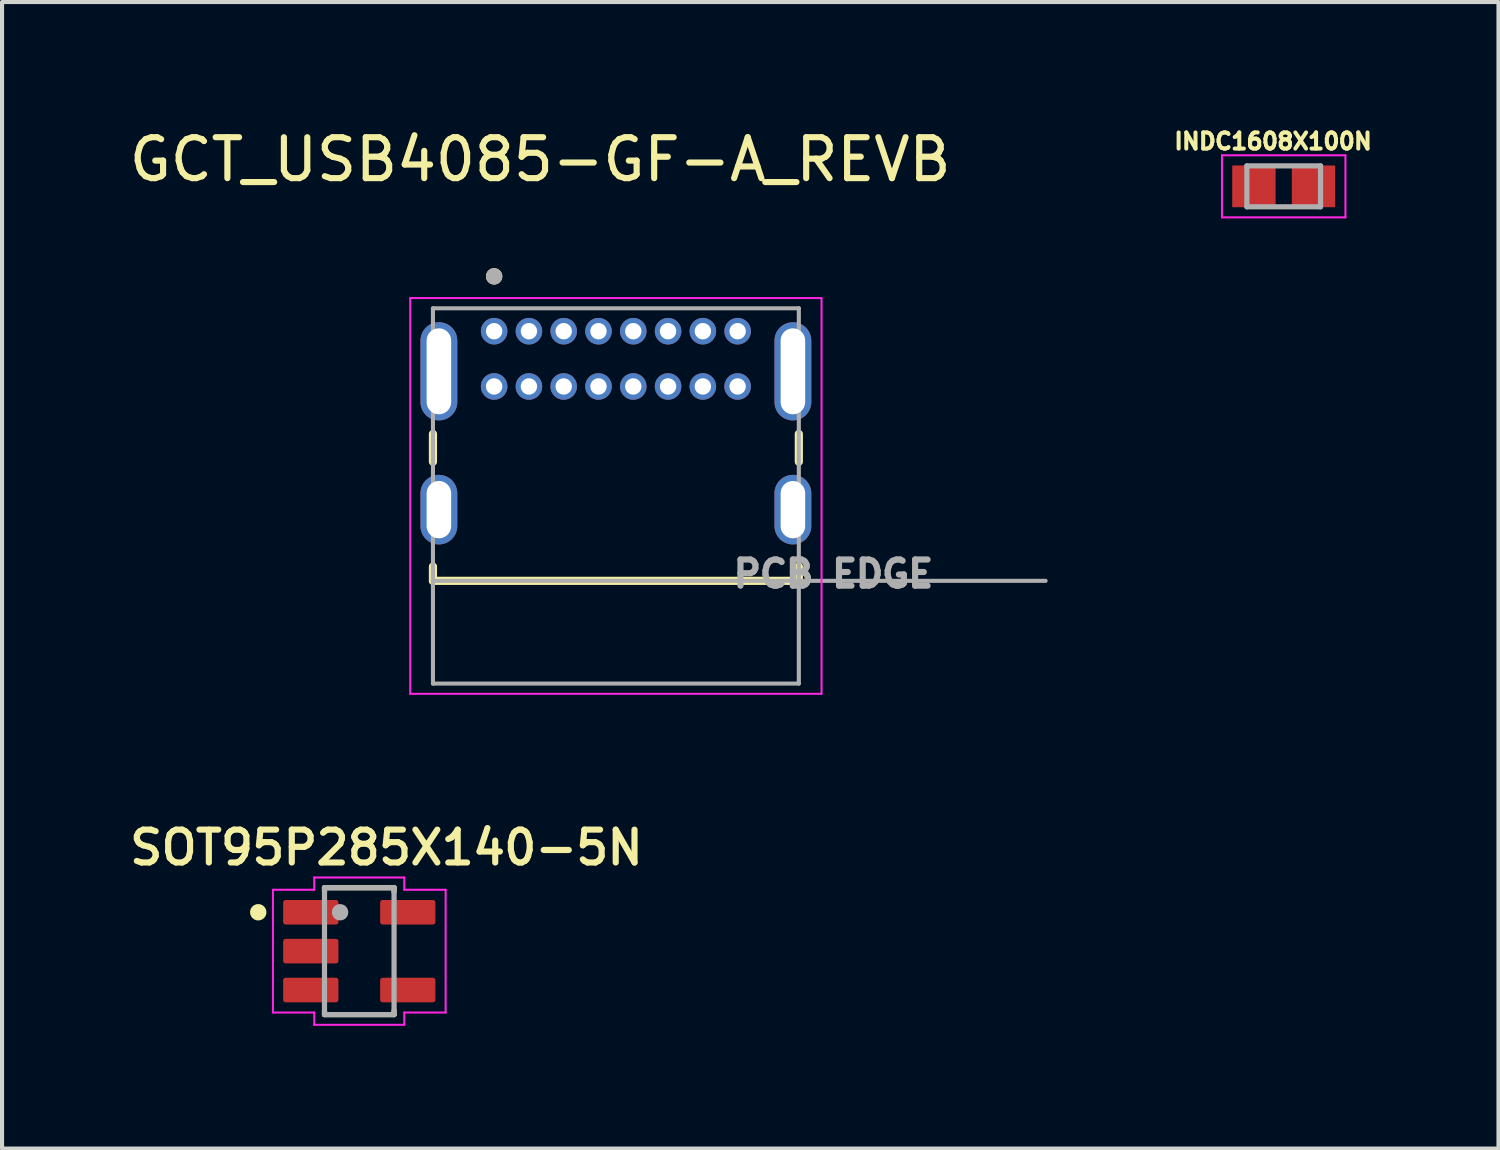
<source format=kicad_pcb>
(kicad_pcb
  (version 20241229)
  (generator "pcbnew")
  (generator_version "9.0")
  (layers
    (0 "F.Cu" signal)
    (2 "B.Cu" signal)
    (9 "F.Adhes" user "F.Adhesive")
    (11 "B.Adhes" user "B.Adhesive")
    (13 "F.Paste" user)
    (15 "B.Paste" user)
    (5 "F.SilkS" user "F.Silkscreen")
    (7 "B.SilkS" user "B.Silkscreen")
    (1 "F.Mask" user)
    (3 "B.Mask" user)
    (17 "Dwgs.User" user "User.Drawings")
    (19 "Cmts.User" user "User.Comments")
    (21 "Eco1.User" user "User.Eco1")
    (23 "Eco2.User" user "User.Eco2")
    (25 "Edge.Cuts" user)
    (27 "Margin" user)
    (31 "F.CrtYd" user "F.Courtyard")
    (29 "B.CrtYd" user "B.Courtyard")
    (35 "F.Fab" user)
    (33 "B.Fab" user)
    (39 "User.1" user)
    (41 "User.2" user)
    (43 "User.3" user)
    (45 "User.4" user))
  (footprint "SOT95P285X140-5N"
    (layer "F.Cu")
    (at 5.729 20.191)
    (property "Reference" "SOT95P285X140-5N" (at 0.664 -2.53 0) (layer "F.SilkS") (effects (font (size 0.803 0.803) (thickness 0.15))))
    (attr smd)
    (fp_line (start -0.85 -1.55) (end -0.85 -1.45) (stroke (width 0.127) (type solid)) (layer "F.SilkS"))
    (fp_line (start -0.85 1.55) (end -0.85 1.45) (stroke (width 0.127) (type solid)) (layer "F.SilkS"))
    (fp_line (start 0.85 -1.55) (end -0.85 -1.55) (stroke (width 0.127) (type solid)) (layer "F.SilkS"))
    (fp_line (start 0.85 -1.55) (end 0.85 -1.45) (stroke (width 0.127) (type solid)) (layer "F.SilkS"))
    (fp_line (start 0.85 1.55) (end -0.85 1.55) (stroke (width 0.127) (type solid)) (layer "F.SilkS"))
    (fp_line (start 0.85 1.55) (end 0.85 1.45) (stroke (width 0.127) (type solid)) (layer "F.SilkS"))
    (fp_circle (center -2.469 -0.95) (end -2.369 -0.95) (stroke (width 0.2) (type solid)) (fill no) (layer "F.SilkS"))
    (fp_line (start -2.11 -1.5) (end -2.11 1.5) (stroke (width 0.05) (type solid)) (layer "F.CrtYd"))
    (fp_line (start -2.11 1.5) (end -1.1 1.5) (stroke (width 0.05) (type solid)) (layer "F.CrtYd"))
    (fp_line (start -1.1 -1.8) (end -1.1 -1.5) (stroke (width 0.05) (type solid)) (layer "F.CrtYd"))
    (fp_line (start -1.1 -1.5) (end -2.11 -1.5) (stroke (width 0.05) (type solid)) (layer "F.CrtYd"))
    (fp_line (start -1.1 1.5) (end -1.1 1.8) (stroke (width 0.05) (type solid)) (layer "F.CrtYd"))
    (fp_line (start -1.1 1.8) (end 1.1 1.8) (stroke (width 0.05) (type solid)) (layer "F.CrtYd"))
    (fp_line (start 1.1 -1.8) (end -1.1 -1.8) (stroke (width 0.05) (type solid)) (layer "F.CrtYd"))
    (fp_line (start 1.1 -1.5) (end 1.1 -1.8) (stroke (width 0.05) (type solid)) (layer "F.CrtYd"))
    (fp_line (start 1.1 1.5) (end 2.11 1.5) (stroke (width 0.05) (type solid)) (layer "F.CrtYd"))
    (fp_line (start 1.1 1.8) (end 1.1 1.5) (stroke (width 0.05) (type solid)) (layer "F.CrtYd"))
    (fp_line (start 2.11 -1.5) (end 1.1 -1.5) (stroke (width 0.05) (type solid)) (layer "F.CrtYd"))
    (fp_line (start 2.11 1.5) (end 2.11 -1.5) (stroke (width 0.05) (type solid)) (layer "F.CrtYd"))
    (fp_line (start -0.85 -1.55) (end 0.85 -1.55) (stroke (width 0.127) (type solid)) (layer "F.Fab"))
    (fp_line (start -0.85 1.55) (end -0.85 -1.55) (stroke (width 0.127) (type solid)) (layer "F.Fab"))
    (fp_line (start 0.85 -1.55) (end 0.85 1.55) (stroke (width 0.127) (type solid)) (layer "F.Fab"))
    (fp_line (start 0.85 1.55) (end -0.85 1.55) (stroke (width 0.127) (type solid)) (layer "F.Fab"))
    (fp_circle (center -0.469 -0.95) (end -0.369 -0.95) (stroke (width 0.2) (type solid)) (fill no) (layer "F.Fab"))
    (pad "1" smd roundrect (at -1.185 -0.95 270) (size 0.6 1.35) (layers "F.Cu" "F.Mask" "F.Paste") (roundrect_rratio 0.1))
    (pad "2" smd roundrect (at -1.185 0 270) (size 0.6 1.35) (layers "F.Cu" "F.Mask" "F.Paste") (roundrect_rratio 0.1))
    (pad "3" smd roundrect (at -1.185 0.95 270) (size 0.6 1.35) (layers "F.Cu" "F.Mask" "F.Paste") (roundrect_rratio 0.1))
    (pad "4" smd roundrect (at 1.185 0.95 270) (size 0.6 1.35) (layers "F.Cu" "F.Mask" "F.Paste") (roundrect_rratio 0.1))
    (pad "5" smd roundrect (at 1.185 -0.95 270) (size 0.6 1.35) (layers "F.Cu" "F.Mask" "F.Paste") (roundrect_rratio 0.1)))
  (footprint "GCT_USB4085-GF-A_REVB"
    (layer "F.Cu")
    (at 11.999 9.403)
    (property "Reference" "GCT_USB4085-GF-A_REVB" (at -1.85 -8.555 0) (layer "F.SilkS") (effects (font (size 1 1) (thickness 0.15))))
    (attr through_hole)
    (fp_line (start -4.47 -1.85) (end -4.47 -1.17) (stroke (width 0.2) (type solid)) (layer "F.SilkS"))
    (fp_line (start -4.47 1.39) (end -4.47 1.74) (stroke (width 0.2) (type solid)) (layer "F.SilkS"))
    (fp_line (start -4.47 1.74) (end 4.47 1.74) (stroke (width 0.2) (type solid)) (layer "F.SilkS"))
    (fp_line (start 4.47 -1.85) (end 4.47 -1.17) (stroke (width 0.2) (type solid)) (layer "F.SilkS"))
    (fp_line (start 4.47 1.74) (end 4.47 1.39) (stroke (width 0.2) (type solid)) (layer "F.SilkS"))
    (fp_circle (center -2.975 -5.7) (end -2.875 -5.7) (stroke (width 0.2) (type solid)) (fill no) (layer "F.SilkS"))
    (fp_line (start -5.025 -5.17) (end 5.025 -5.17) (stroke (width 0.05) (type solid)) (layer "F.CrtYd"))
    (fp_line (start -5.025 4.5) (end -5.025 -5.17) (stroke (width 0.05) (type solid)) (layer "F.CrtYd"))
    (fp_line (start 5.025 -5.17) (end 5.025 4.5) (stroke (width 0.05) (type solid)) (layer "F.CrtYd"))
    (fp_line (start 5.025 4.5) (end -5.025 4.5) (stroke (width 0.05) (type solid)) (layer "F.CrtYd"))
    (fp_line (start -4.47 -4.92) (end 4.47 -4.92) (stroke (width 0.1) (type solid)) (layer "F.Fab"))
    (fp_line (start -4.47 1.74) (end -4.47 -4.92) (stroke (width 0.1) (type solid)) (layer "F.Fab"))
    (fp_line (start -4.47 1.74) (end 10.5 1.74) (stroke (width 0.1) (type solid)) (layer "F.Fab"))
    (fp_line (start -4.47 4.25) (end -4.47 1.74) (stroke (width 0.1) (type solid)) (layer "F.Fab"))
    (fp_line (start 4.47 -4.92) (end 4.47 4.25) (stroke (width 0.1) (type solid)) (layer "F.Fab"))
    (fp_line (start 4.47 4.25) (end -4.47 4.25) (stroke (width 0.1) (type solid)) (layer "F.Fab"))
    (fp_circle (center -2.975 -5.7) (end -2.875 -5.7) (stroke (width 0.2) (type solid)) (fill no) (layer "F.Fab"))
    (fp_text user "PCB EDGE" (at 5.315 1.57 0) (layer "F.Fab") (effects (font (size 0.64 0.64) (thickness 0.15))))
    (pad "A1" thru_hole circle (at -2.975 -4.36) (size 0.65 0.65) (drill 0.4) (layers "*.Cu" "*.Mask"))
    (pad "A4" thru_hole circle (at -2.125 -4.36) (size 0.65 0.65) (drill 0.4) (layers "*.Cu" "*.Mask"))
    (pad "A5" thru_hole circle (at -1.275 -4.36) (size 0.65 0.65) (drill 0.4) (layers "*.Cu" "*.Mask"))
    (pad "A6" thru_hole circle (at -0.425 -4.36) (size 0.65 0.65) (drill 0.4) (layers "*.Cu" "*.Mask"))
    (pad "A7" thru_hole circle (at 0.425 -4.36) (size 0.65 0.65) (drill 0.4) (layers "*.Cu" "*.Mask"))
    (pad "A8" thru_hole circle (at 1.275 -4.36) (size 0.65 0.65) (drill 0.4) (layers "*.Cu" "*.Mask"))
    (pad "A9" thru_hole circle (at 2.125 -4.36) (size 0.65 0.65) (drill 0.4) (layers "*.Cu" "*.Mask"))
    (pad "A12" thru_hole circle (at 2.975 -4.36) (size 0.65 0.65) (drill 0.4) (layers "*.Cu" "*.Mask"))
    (pad "B1" thru_hole circle (at 2.975 -3.01) (size 0.65 0.65) (drill 0.4) (layers "*.Cu" "*.Mask"))
    (pad "B4" thru_hole circle (at 2.125 -3.01) (size 0.65 0.65) (drill 0.4) (layers "*.Cu" "*.Mask"))
    (pad "B5" thru_hole circle (at 1.275 -3.01) (size 0.65 0.65) (drill 0.4) (layers "*.Cu" "*.Mask"))
    (pad "B6" thru_hole circle (at 0.425 -3.01) (size 0.65 0.65) (drill 0.4) (layers "*.Cu" "*.Mask"))
    (pad "B7" thru_hole circle (at -0.425 -3.01) (size 0.65 0.65) (drill 0.4) (layers "*.Cu" "*.Mask"))
    (pad "B8" thru_hole circle (at -1.275 -3.01) (size 0.65 0.65) (drill 0.4) (layers "*.Cu" "*.Mask"))
    (pad "B9" thru_hole circle (at -2.125 -3.01) (size 0.65 0.65) (drill 0.4) (layers "*.Cu" "*.Mask"))
    (pad "B12" thru_hole circle (at -2.975 -3.01) (size 0.65 0.65) (drill 0.4) (layers "*.Cu" "*.Mask"))
    (pad "S1" thru_hole oval (at -4.325 0) (size 0.9 1.7) (drill oval 0.6 1.4) (layers "*.Cu" "*.Mask"))
    (pad "S2" thru_hole oval (at 4.325 0) (size 0.9 1.7) (drill oval 0.6 1.4) (layers "*.Cu" "*.Mask"))
    (pad "S3" thru_hole oval (at -4.325 -3.38) (size 0.9 2.4) (drill oval 0.6 2.1) (layers "*.Cu" "*.Mask"))
    (pad "S4" thru_hole oval (at 4.325 -3.38) (size 0.9 2.4) (drill oval 0.6 2.1) (layers "*.Cu" "*.Mask")))
  (footprint "INDC1608X100N"
    (layer "F.Cu")
    (at 28.317 1.503)
    (property "Reference" "INDC1608X100N" (at -0.26 -1.1 0) (layer "F.SilkS") (effects (font (size 0.394 0.394) (thickness 0.15))))
    (attr smd)
    (fp_line (start -1.508 -0.758) (end 1.508 -0.758) (stroke (width 0.05) (type solid)) (layer "F.CrtYd"))
    (fp_line (start -1.508 0.758) (end -1.508 -0.758) (stroke (width 0.05) (type solid)) (layer "F.CrtYd"))
    (fp_line (start -1.508 0.758) (end 1.508 0.758) (stroke (width 0.05) (type solid)) (layer "F.CrtYd"))
    (fp_line (start 1.508 0.758) (end 1.508 -0.758) (stroke (width 0.05) (type solid)) (layer "F.CrtYd"))
    (fp_line (start -0.9 0.5) (end -0.9 -0.5) (stroke (width 0.127) (type solid)) (layer "F.Fab"))
    (fp_line (start 0.9 -0.5) (end -0.9 -0.5) (stroke (width 0.127) (type solid)) (layer "F.Fab"))
    (fp_line (start 0.9 0.5) (end -0.9 0.5) (stroke (width 0.127) (type solid)) (layer "F.Fab"))
    (fp_line (start 0.9 0.5) (end 0.9 -0.5) (stroke (width 0.127) (type solid)) (layer "F.Fab"))
    (pad "1" smd rect (at -0.728 0) (size 1.06 1.02) (layers "F.Cu" "F.Mask" "F.Paste"))
    (pad "2" smd rect (at 0.728 0) (size 1.06 1.02) (layers "F.Cu" "F.Mask" "F.Paste")))
  (gr_rect
    (start -3 -3)
    (end 33.565 25.016)
    (stroke (width 0.1) (type default))
    (fill no)
    (layer "Edge.Cuts")))
</source>
